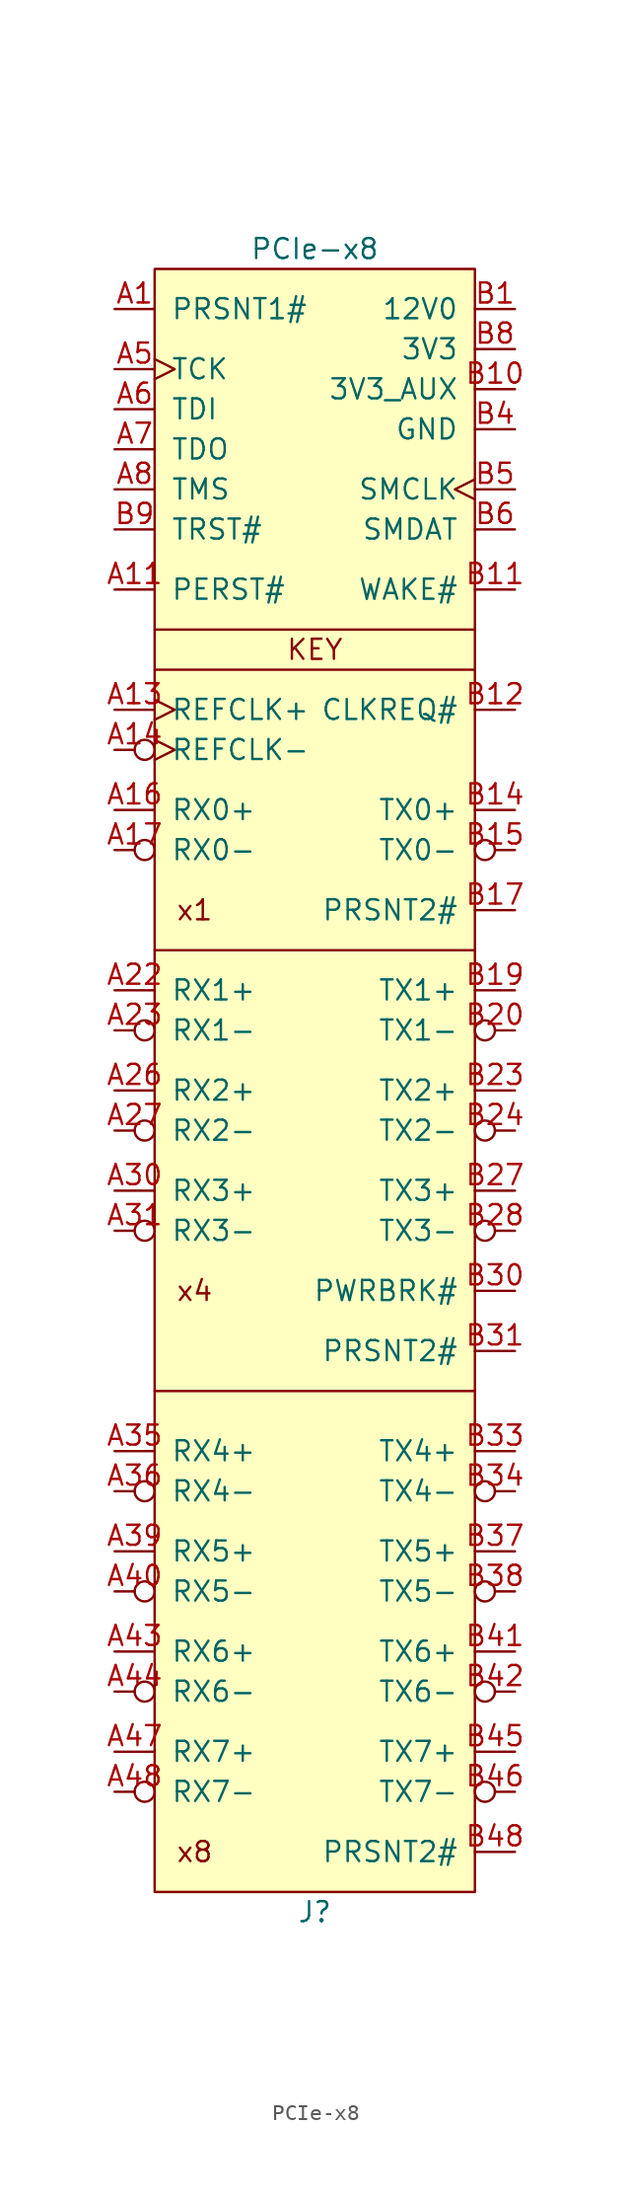
<source format=kicad_sym>
(kicad_symbol_lib
  (version 20201005)
  (generator kicad_symbol_editor)
  (symbol "lethalbit-pcie:PCIe-x8"
    (pin_names
      (offset 1.016))
    (property "Reference" "J"
      (at 0 -80.01 0)
      (effects (font (size 1.27 1.27))))
    (property "Value" "PCIe-x8"
      (at 0 25.4 0)
      (effects (font (size 1.27 1.27))))
    (symbol "PCIe-x8_0_0"
      (text "KEY" (at 0 0 0) (effects (font (size 1.27 1.27))))
      (text "x1" (at -7.62 -16.51 0) (effects (font (size 1.27 1.27))))
      (text "x4" (at -7.62 -40.64 0) (effects (font (size 1.27 1.27))))
      (text "x8" (at -7.62 -76.2 0) (effects (font (size 1.27 1.27))))
      (polyline (pts (xy 10.16 -46.99) (xy -10.16 -46.99)) (stroke (width 0)) (fill (type none)))
      (polyline (pts (xy 10.16 -19.05) (xy -10.16 -19.05)) (stroke (width 0)) (fill (type none)))
      (polyline (pts (xy 10.16 1.27) (xy -10.16 1.27)) (stroke (width 0)) (fill (type none))))
    (symbol "PCIe-x8_0_1"
      (rectangle (start -10.16 -78.74) (end 10.16 24.13) (stroke (width 0)) (fill (type background)))
      (polyline (pts (xy -10.16 -1.27) (xy 10.16 -1.27)) (stroke (width 0)) (fill (type none))))
    (symbol "PCIe-x8_1_1"
      (pin passive line (at -12.7 21.59 0) (length 2.54) (name "PRSNT1#" (effects (font (size 1.27 1.27)))) (number "A1" (effects (font (size 1.27 1.27)))))
      (pin passive line (at 12.7 19.05 180) (length 2.54) hide (name "3V3" (effects (font (size 1.27 1.27)))) (number "A10" (effects (font (size 1.27 1.27)))))
      (pin input line (at -12.7 3.81 0) (length 2.54) (name "PERST#" (effects (font (size 1.27 1.27)))) (number "A11" (effects (font (size 1.27 1.27)))))
      (pin passive line (at 12.7 13.97 180) (length 2.54) hide (name "GND" (effects (font (size 1.27 1.27)))) (number "A12" (effects (font (size 1.27 1.27)))))
      (pin input clock (at -12.7 -3.81 0) (length 2.54) (name "REFCLK+" (effects (font (size 1.27 1.27)))) (number "A13" (effects (font (size 1.27 1.27)))))
      (pin input inverted_clock (at -12.7 -6.35 0) (length 2.54) (name "REFCLK-" (effects (font (size 1.27 1.27)))) (number "A14" (effects (font (size 1.27 1.27)))))
      (pin passive line (at 12.7 13.97 180) (length 2.54) hide (name "GND" (effects (font (size 1.27 1.27)))) (number "A15" (effects (font (size 1.27 1.27)))))
      (pin input line (at -12.7 -10.16 0) (length 2.54) (name "RX0+" (effects (font (size 1.27 1.27)))) (number "A16" (effects (font (size 1.27 1.27)))))
      (pin input inverted (at -12.7 -12.7 0) (length 2.54) (name "RX0-" (effects (font (size 1.27 1.27)))) (number "A17" (effects (font (size 1.27 1.27)))))
      (pin passive line (at 12.7 13.97 180) (length 2.54) hide (name "GND" (effects (font (size 1.27 1.27)))) (number "A18" (effects (font (size 1.27 1.27)))))
      (pin no_connect non_logic (at 12.7 -6.35 180) (length 2.54) hide (name "RSVD" (effects (font (size 1.27 1.27)))) (number "A19" (effects (font (size 1.27 1.27)))))
      (pin passive line (at 12.7 21.59 180) (length 2.54) hide (name "12V0" (effects (font (size 1.27 1.27)))) (number "A2" (effects (font (size 1.27 1.27)))))
      (pin passive line (at 12.7 13.97 180) (length 2.54) hide (name "GND" (effects (font (size 1.27 1.27)))) (number "A20" (effects (font (size 1.27 1.27)))))
      (pin passive line (at 12.7 13.97 180) (length 2.54) hide (name "GND" (effects (font (size 1.27 1.27)))) (number "A21" (effects (font (size 1.27 1.27)))))
      (pin input line (at -12.7 -21.59 0) (length 2.54) (name "RX1+" (effects (font (size 1.27 1.27)))) (number "A22" (effects (font (size 1.27 1.27)))))
      (pin input inverted (at -12.7 -24.13 0) (length 2.54) (name "RX1-" (effects (font (size 1.27 1.27)))) (number "A23" (effects (font (size 1.27 1.27)))))
      (pin passive line (at 12.7 13.97 180) (length 2.54) hide (name "GND" (effects (font (size 1.27 1.27)))) (number "A24" (effects (font (size 1.27 1.27)))))
      (pin passive line (at 12.7 13.97 180) (length 2.54) hide (name "GND" (effects (font (size 1.27 1.27)))) (number "A25" (effects (font (size 1.27 1.27)))))
      (pin input line (at -12.7 -27.94 0) (length 2.54) (name "RX2+" (effects (font (size 1.27 1.27)))) (number "A26" (effects (font (size 1.27 1.27)))))
      (pin input inverted (at -12.7 -30.48 0) (length 2.54) (name "RX2-" (effects (font (size 1.27 1.27)))) (number "A27" (effects (font (size 1.27 1.27)))))
      (pin passive line (at 12.7 13.97 180) (length 2.54) hide (name "GND" (effects (font (size 1.27 1.27)))) (number "A28" (effects (font (size 1.27 1.27)))))
      (pin passive line (at 12.7 13.97 180) (length 2.54) hide (name "GND" (effects (font (size 1.27 1.27)))) (number "A29" (effects (font (size 1.27 1.27)))))
      (pin passive line (at 12.7 21.59 180) (length 2.54) hide (name "12V0" (effects (font (size 1.27 1.27)))) (number "A3" (effects (font (size 1.27 1.27)))))
      (pin input line (at -12.7 -34.29 0) (length 2.54) (name "RX3+" (effects (font (size 1.27 1.27)))) (number "A30" (effects (font (size 1.27 1.27)))))
      (pin input inverted (at -12.7 -36.83 0) (length 2.54) (name "RX3-" (effects (font (size 1.27 1.27)))) (number "A31" (effects (font (size 1.27 1.27)))))
      (pin passive line (at 12.7 13.97 180) (length 2.54) hide (name "GND" (effects (font (size 1.27 1.27)))) (number "A32" (effects (font (size 1.27 1.27)))))
      (pin no_connect non_logic (at 12.7 -7.62 180) (length 2.54) hide (name "RSVD" (effects (font (size 1.27 1.27)))) (number "A33" (effects (font (size 1.27 1.27)))))
      (pin passive line (at 12.7 13.97 180) (length 2.54) hide (name "GND" (effects (font (size 1.27 1.27)))) (number "A34" (effects (font (size 1.27 1.27)))))
      (pin input line (at -12.7 -50.8 0) (length 2.54) (name "RX4+" (effects (font (size 1.27 1.27)))) (number "A35" (effects (font (size 1.27 1.27)))))
      (pin input inverted (at -12.7 -53.34 0) (length 2.54) (name "RX4-" (effects (font (size 1.27 1.27)))) (number "A36" (effects (font (size 1.27 1.27)))))
      (pin passive line (at 12.7 13.97 180) (length 2.54) hide (name "GND" (effects (font (size 1.27 1.27)))) (number "A37" (effects (font (size 1.27 1.27)))))
      (pin passive line (at 12.7 13.97 180) (length 2.54) hide (name "GND" (effects (font (size 1.27 1.27)))) (number "A38" (effects (font (size 1.27 1.27)))))
      (pin input line (at -12.7 -57.15 0) (length 2.54) (name "RX5+" (effects (font (size 1.27 1.27)))) (number "A39" (effects (font (size 1.27 1.27)))))
      (pin passive line (at 12.7 13.97 180) (length 2.54) hide (name "GND" (effects (font (size 1.27 1.27)))) (number "A4" (effects (font (size 1.27 1.27)))))
      (pin input inverted (at -12.7 -59.69 0) (length 2.54) (name "RX5-" (effects (font (size 1.27 1.27)))) (number "A40" (effects (font (size 1.27 1.27)))))
      (pin passive line (at 12.7 13.97 180) (length 2.54) hide (name "GND" (effects (font (size 1.27 1.27)))) (number "A41" (effects (font (size 1.27 1.27)))))
      (pin passive line (at 12.7 13.97 180) (length 2.54) hide (name "GND" (effects (font (size 1.27 1.27)))) (number "A42" (effects (font (size 1.27 1.27)))))
      (pin input line (at -12.7 -63.5 0) (length 2.54) (name "RX6+" (effects (font (size 1.27 1.27)))) (number "A43" (effects (font (size 1.27 1.27)))))
      (pin input inverted (at -12.7 -66.04 0) (length 2.54) (name "RX6-" (effects (font (size 1.27 1.27)))) (number "A44" (effects (font (size 1.27 1.27)))))
      (pin passive line (at 12.7 13.97 180) (length 2.54) hide (name "GND" (effects (font (size 1.27 1.27)))) (number "A45" (effects (font (size 1.27 1.27)))))
      (pin passive line (at 12.7 13.97 180) (length 2.54) hide (name "GND" (effects (font (size 1.27 1.27)))) (number "A46" (effects (font (size 1.27 1.27)))))
      (pin input line (at -12.7 -69.85 0) (length 2.54) (name "RX7+" (effects (font (size 1.27 1.27)))) (number "A47" (effects (font (size 1.27 1.27)))))
      (pin input inverted (at -12.7 -72.39 0) (length 2.54) (name "RX7-" (effects (font (size 1.27 1.27)))) (number "A48" (effects (font (size 1.27 1.27)))))
      (pin passive line (at 12.7 13.97 180) (length 2.54) hide (name "GND" (effects (font (size 1.27 1.27)))) (number "A49" (effects (font (size 1.27 1.27)))))
      (pin input clock (at -12.7 17.78 0) (length 2.54) (name "TCK" (effects (font (size 1.27 1.27)))) (number "A5" (effects (font (size 1.27 1.27)))))
      (pin input line (at -12.7 15.24 0) (length 2.54) (name "TDI" (effects (font (size 1.27 1.27)))) (number "A6" (effects (font (size 1.27 1.27)))))
      (pin output line (at -12.7 12.7 0) (length 2.54) (name "TDO" (effects (font (size 1.27 1.27)))) (number "A7" (effects (font (size 1.27 1.27)))))
      (pin input line (at -12.7 10.16 0) (length 2.54) (name "TMS" (effects (font (size 1.27 1.27)))) (number "A8" (effects (font (size 1.27 1.27)))))
      (pin passive line (at 12.7 19.05 180) (length 2.54) hide (name "3V3" (effects (font (size 1.27 1.27)))) (number "A9" (effects (font (size 1.27 1.27)))))
      (pin power_out line (at 12.7 21.59 180) (length 2.54) (name "12V0" (effects (font (size 1.27 1.27)))) (number "B1" (effects (font (size 1.27 1.27)))))
      (pin power_out line (at 12.7 16.51 180) (length 2.54) (name "3V3_AUX" (effects (font (size 1.27 1.27)))) (number "B10" (effects (font (size 1.27 1.27)))))
      (pin open_emitter line (at 12.7 3.81 180) (length 2.54) (name "WAKE#" (effects (font (size 1.27 1.27)))) (number "B11" (effects (font (size 1.27 1.27)))))
      (pin open_emitter line (at 12.7 -3.81 180) (length 2.54) (name "CLKREQ#" (effects (font (size 1.27 1.27)))) (number "B12" (effects (font (size 1.27 1.27)))))
      (pin passive line (at 12.7 13.97 180) (length 2.54) hide (name "GND" (effects (font (size 1.27 1.27)))) (number "B13" (effects (font (size 1.27 1.27)))))
      (pin output line (at 12.7 -10.16 180) (length 2.54) (name "TX0+" (effects (font (size 1.27 1.27)))) (number "B14" (effects (font (size 1.27 1.27)))))
      (pin output inverted (at 12.7 -12.7 180) (length 2.54) (name "TX0-" (effects (font (size 1.27 1.27)))) (number "B15" (effects (font (size 1.27 1.27)))))
      (pin passive line (at 12.7 13.97 180) (length 2.54) hide (name "GND" (effects (font (size 1.27 1.27)))) (number "B16" (effects (font (size 1.27 1.27)))))
      (pin passive line (at 12.7 -16.51 180) (length 2.54) (name "PRSNT2#" (effects (font (size 1.27 1.27)))) (number "B17" (effects (font (size 1.27 1.27)))))
      (pin passive line (at 12.7 13.97 180) (length 2.54) hide (name "GND" (effects (font (size 1.27 1.27)))) (number "B18" (effects (font (size 1.27 1.27)))))
      (pin output line (at 12.7 -21.59 180) (length 2.54) (name "TX1+" (effects (font (size 1.27 1.27)))) (number "B19" (effects (font (size 1.27 1.27)))))
      (pin passive line (at 12.7 21.59 180) (length 2.54) hide (name "12V0" (effects (font (size 1.27 1.27)))) (number "B2" (effects (font (size 1.27 1.27)))))
      (pin output inverted (at 12.7 -24.13 180) (length 2.54) (name "TX1-" (effects (font (size 1.27 1.27)))) (number "B20" (effects (font (size 1.27 1.27)))))
      (pin passive line (at 12.7 13.97 180) (length 2.54) hide (name "GND" (effects (font (size 1.27 1.27)))) (number "B21" (effects (font (size 1.27 1.27)))))
      (pin passive line (at 12.7 13.97 180) (length 2.54) hide (name "GND" (effects (font (size 1.27 1.27)))) (number "B22" (effects (font (size 1.27 1.27)))))
      (pin output line (at 12.7 -27.94 180) (length 2.54) (name "TX2+" (effects (font (size 1.27 1.27)))) (number "B23" (effects (font (size 1.27 1.27)))))
      (pin output inverted (at 12.7 -30.48 180) (length 2.54) (name "TX2-" (effects (font (size 1.27 1.27)))) (number "B24" (effects (font (size 1.27 1.27)))))
      (pin passive line (at 12.7 13.97 180) (length 2.54) hide (name "GND" (effects (font (size 1.27 1.27)))) (number "B25" (effects (font (size 1.27 1.27)))))
      (pin passive line (at 12.7 13.97 180) (length 2.54) hide (name "GND" (effects (font (size 1.27 1.27)))) (number "B26" (effects (font (size 1.27 1.27)))))
      (pin output line (at 12.7 -34.29 180) (length 2.54) (name "TX3+" (effects (font (size 1.27 1.27)))) (number "B27" (effects (font (size 1.27 1.27)))))
      (pin output inverted (at 12.7 -36.83 180) (length 2.54) (name "TX3-" (effects (font (size 1.27 1.27)))) (number "B28" (effects (font (size 1.27 1.27)))))
      (pin passive line (at 12.7 13.97 180) (length 2.54) hide (name "GND" (effects (font (size 1.27 1.27)))) (number "B29" (effects (font (size 1.27 1.27)))))
      (pin passive line (at 12.7 21.59 180) (length 2.54) hide (name "12V0" (effects (font (size 1.27 1.27)))) (number "B3" (effects (font (size 1.27 1.27)))))
      (pin open_emitter line (at 12.7 -40.64 180) (length 2.54) (name "PWRBRK#" (effects (font (size 1.27 1.27)))) (number "B30" (effects (font (size 1.27 1.27)))))
      (pin passive line (at 12.7 -44.45 180) (length 2.54) (name "PRSNT2#" (effects (font (size 1.27 1.27)))) (number "B31" (effects (font (size 1.27 1.27)))))
      (pin passive line (at 12.7 13.97 180) (length 2.54) hide (name "GND" (effects (font (size 1.27 1.27)))) (number "B32" (effects (font (size 1.27 1.27)))))
      (pin output line (at 12.7 -50.8 180) (length 2.54) (name "TX4+" (effects (font (size 1.27 1.27)))) (number "B33" (effects (font (size 1.27 1.27)))))
      (pin output inverted (at 12.7 -53.34 180) (length 2.54) (name "TX4-" (effects (font (size 1.27 1.27)))) (number "B34" (effects (font (size 1.27 1.27)))))
      (pin passive line (at 12.7 13.97 180) (length 2.54) hide (name "GND" (effects (font (size 1.27 1.27)))) (number "B35" (effects (font (size 1.27 1.27)))))
      (pin passive line (at 12.7 13.97 180) (length 2.54) hide (name "GND" (effects (font (size 1.27 1.27)))) (number "B36" (effects (font (size 1.27 1.27)))))
      (pin output line (at 12.7 -57.15 180) (length 2.54) (name "TX5+" (effects (font (size 1.27 1.27)))) (number "B37" (effects (font (size 1.27 1.27)))))
      (pin output inverted (at 12.7 -59.69 180) (length 2.54) (name "TX5-" (effects (font (size 1.27 1.27)))) (number "B38" (effects (font (size 1.27 1.27)))))
      (pin passive line (at 12.7 13.97 180) (length 2.54) hide (name "GND" (effects (font (size 1.27 1.27)))) (number "B39" (effects (font (size 1.27 1.27)))))
      (pin passive line (at 12.7 13.97 180) (length 2.54) (name "GND" (effects (font (size 1.27 1.27)))) (number "B4" (effects (font (size 1.27 1.27)))))
      (pin passive line (at 12.7 13.97 180) (length 2.54) hide (name "GND" (effects (font (size 1.27 1.27)))) (number "B40" (effects (font (size 1.27 1.27)))))
      (pin output line (at 12.7 -63.5 180) (length 2.54) (name "TX6+" (effects (font (size 1.27 1.27)))) (number "B41" (effects (font (size 1.27 1.27)))))
      (pin output inverted (at 12.7 -66.04 180) (length 2.54) (name "TX6-" (effects (font (size 1.27 1.27)))) (number "B42" (effects (font (size 1.27 1.27)))))
      (pin passive line (at 12.7 13.97 180) (length 2.54) hide (name "GND" (effects (font (size 1.27 1.27)))) (number "B43" (effects (font (size 1.27 1.27)))))
      (pin passive line (at 12.7 13.97 180) (length 2.54) hide (name "GND" (effects (font (size 1.27 1.27)))) (number "B44" (effects (font (size 1.27 1.27)))))
      (pin output line (at 12.7 -69.85 180) (length 2.54) (name "TX7+" (effects (font (size 1.27 1.27)))) (number "B45" (effects (font (size 1.27 1.27)))))
      (pin output inverted (at 12.7 -72.39 180) (length 2.54) (name "TX7-" (effects (font (size 1.27 1.27)))) (number "B46" (effects (font (size 1.27 1.27)))))
      (pin passive line (at 12.7 13.97 180) (length 2.54) hide (name "GND" (effects (font (size 1.27 1.27)))) (number "B47" (effects (font (size 1.27 1.27)))))
      (pin passive line (at 12.7 -76.2 180) (length 2.54) (name "PRSNT2#" (effects (font (size 1.27 1.27)))) (number "B48" (effects (font (size 1.27 1.27)))))
      (pin passive line (at 12.7 13.97 180) (length 2.54) hide (name "GND" (effects (font (size 1.27 1.27)))) (number "B49" (effects (font (size 1.27 1.27)))))
      (pin open_emitter clock (at 12.7 10.16 180) (length 2.54) (name "SMCLK" (effects (font (size 1.27 1.27)))) (number "B5" (effects (font (size 1.27 1.27)))))
      (pin open_emitter line (at 12.7 7.62 180) (length 2.54) (name "SMDAT" (effects (font (size 1.27 1.27)))) (number "B6" (effects (font (size 1.27 1.27)))))
      (pin passive line (at 12.7 13.97 180) (length 2.54) hide (name "GND" (effects (font (size 1.27 1.27)))) (number "B7" (effects (font (size 1.27 1.27)))))
      (pin power_out line (at 12.7 19.05 180) (length 2.54) (name "3V3" (effects (font (size 1.27 1.27)))) (number "B8" (effects (font (size 1.27 1.27)))))
      (pin input line (at -12.7 7.62 0) (length 2.54) (name "TRST#" (effects (font (size 1.27 1.27)))) (number "B9" (effects (font (size 1.27 1.27)))))
      (pin passive line (at 12.7 13.97 180) (length 2.54) hide (name "GND" (effects (font (size 1.27 1.27)))) (number "G1" (effects (font (size 1.27 1.27)))))
      (pin passive line (at 12.7 13.97 180) (length 2.54) hide (name "GND" (effects (font (size 1.27 1.27)))) (number "G2" (effects (font (size 1.27 1.27))))))))
</source>
